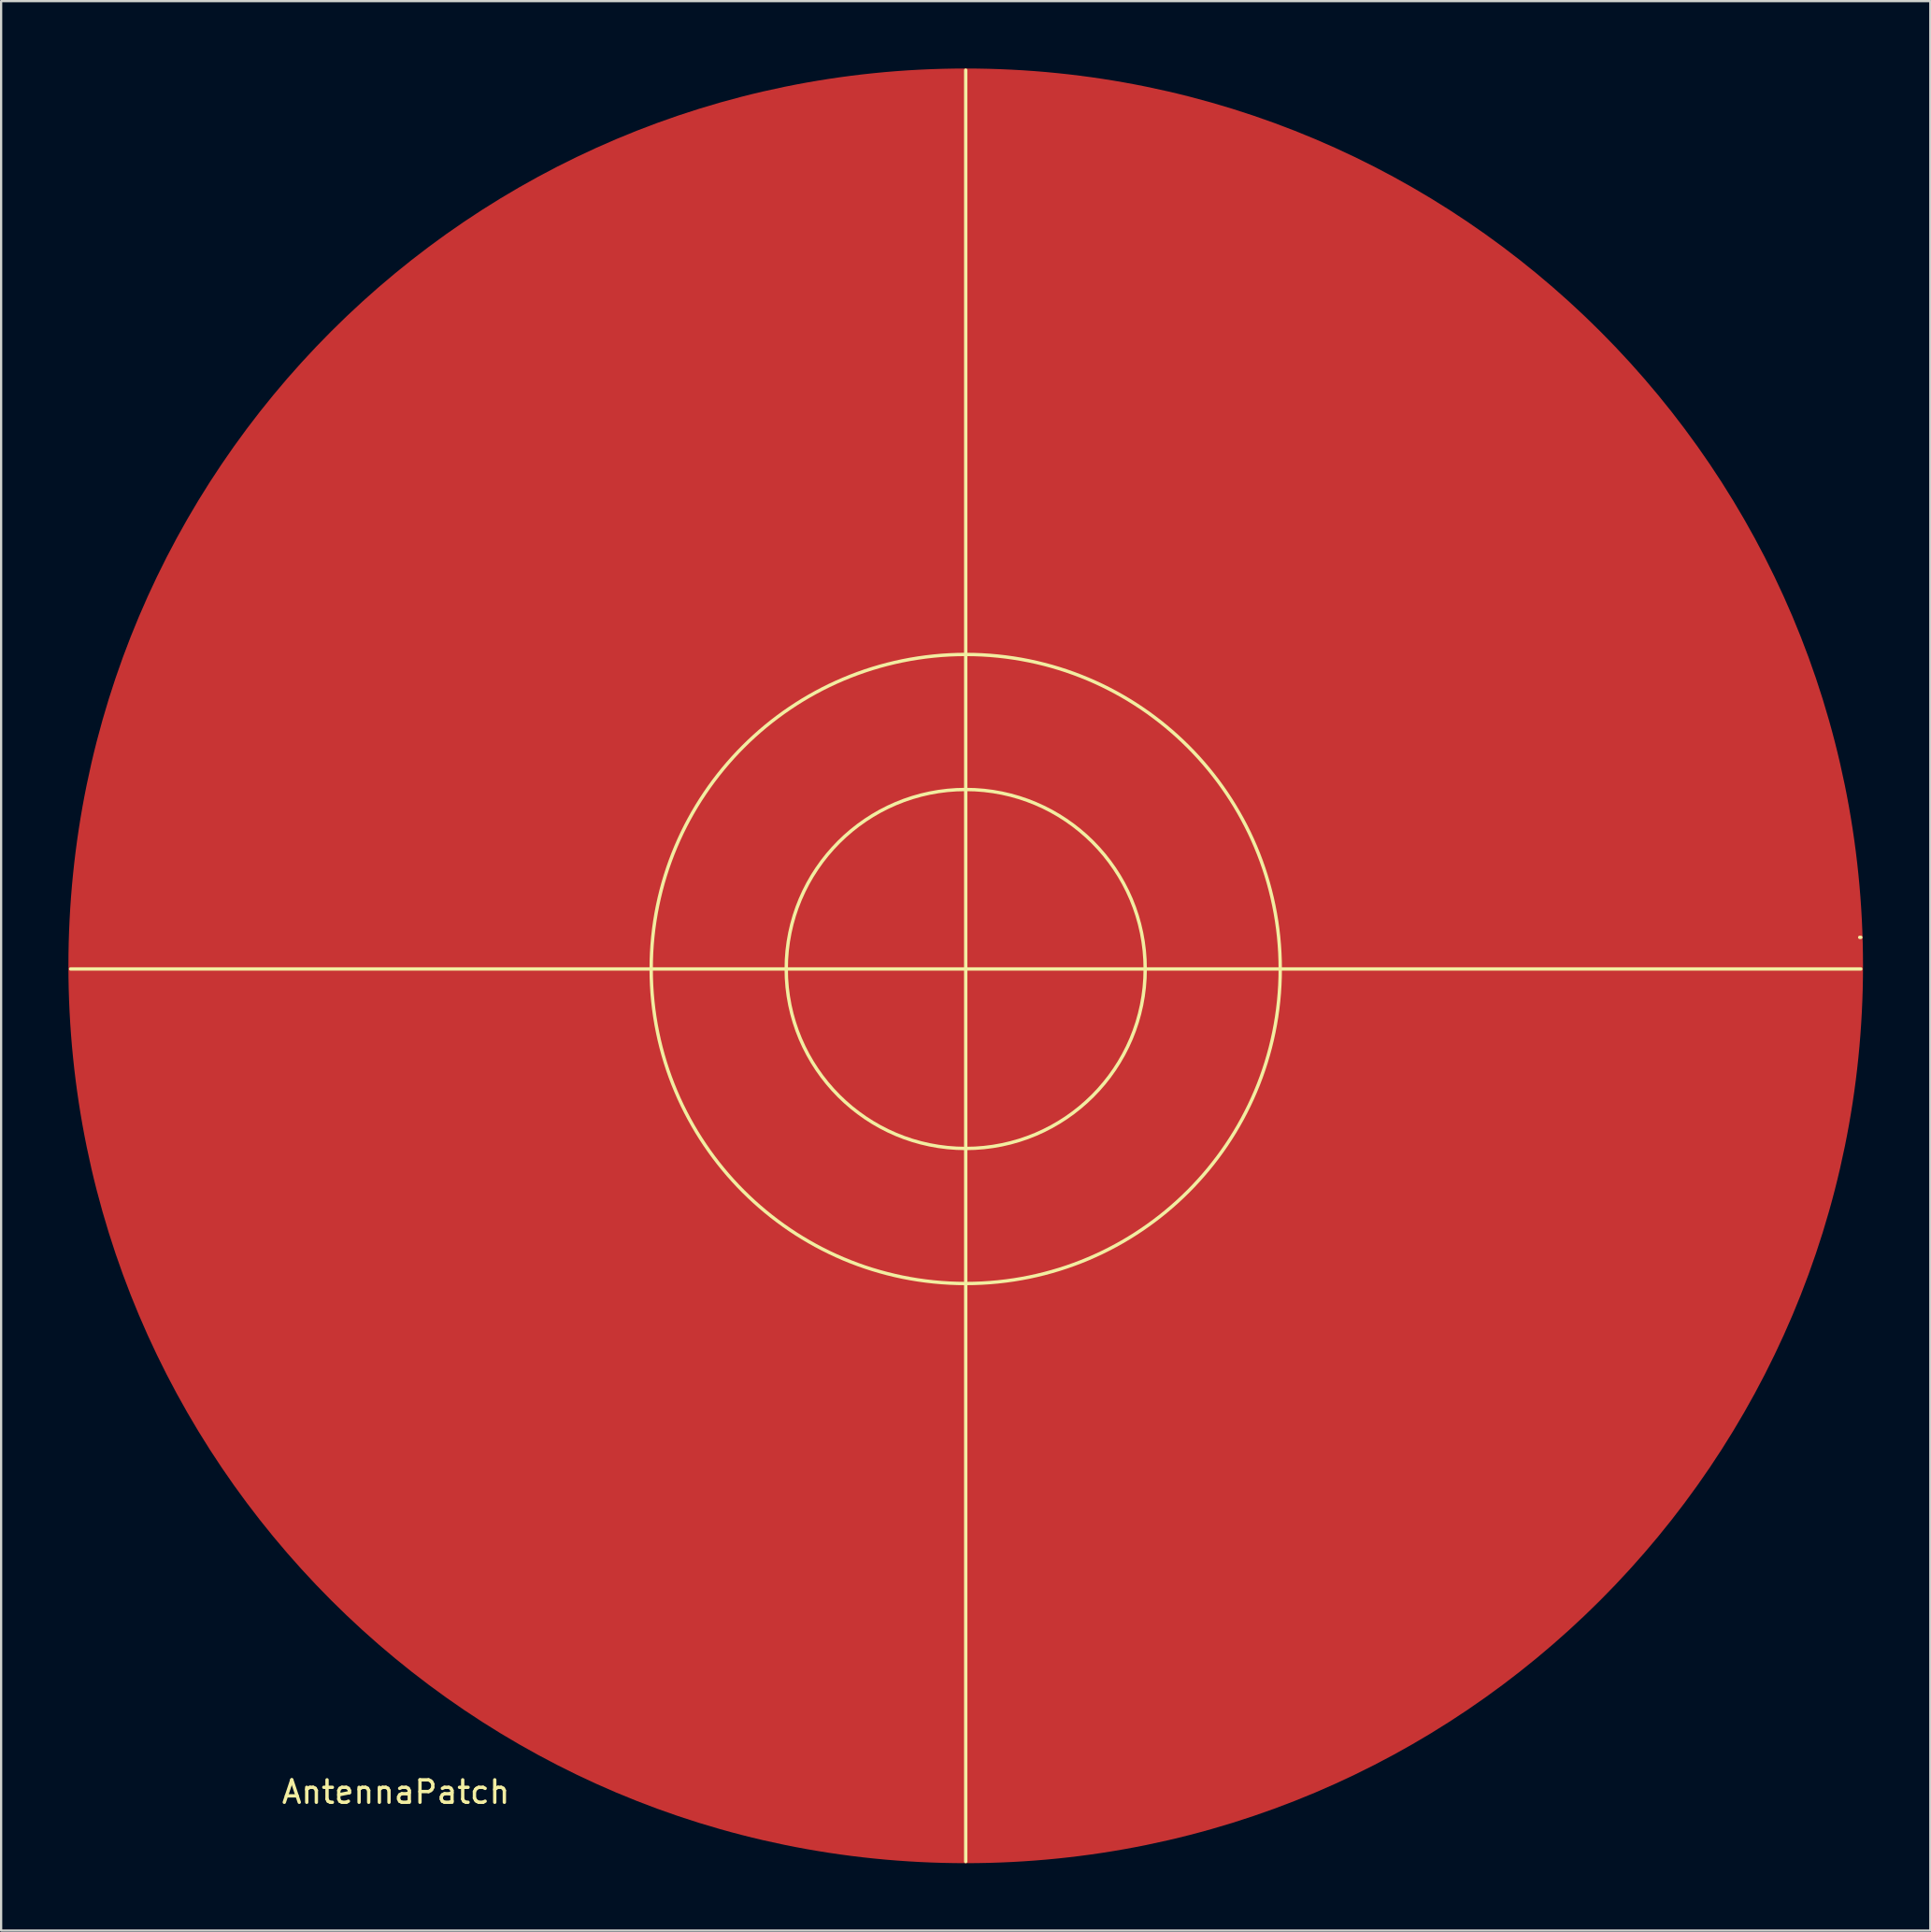
<source format=kicad_pcb>
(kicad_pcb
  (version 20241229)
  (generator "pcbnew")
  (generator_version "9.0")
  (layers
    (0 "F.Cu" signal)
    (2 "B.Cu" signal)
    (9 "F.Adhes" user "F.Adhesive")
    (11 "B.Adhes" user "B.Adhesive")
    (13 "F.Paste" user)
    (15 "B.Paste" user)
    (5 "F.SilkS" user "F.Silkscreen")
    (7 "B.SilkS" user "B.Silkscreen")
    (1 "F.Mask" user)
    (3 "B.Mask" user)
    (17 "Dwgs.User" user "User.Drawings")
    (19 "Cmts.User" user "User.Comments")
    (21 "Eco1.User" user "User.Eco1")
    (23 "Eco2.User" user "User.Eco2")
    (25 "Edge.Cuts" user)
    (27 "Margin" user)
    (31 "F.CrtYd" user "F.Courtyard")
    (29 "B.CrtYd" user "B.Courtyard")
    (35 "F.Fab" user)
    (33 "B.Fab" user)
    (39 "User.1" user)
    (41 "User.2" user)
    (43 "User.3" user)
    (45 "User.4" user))
  (footprint "AntennaPatch"
    (layer "F.Cu")
    (at 40 38.734)
    (property "Reference" "AntennaPatch" (at -25.4 38.1 0) (layer "F.SilkS") (effects (font (size 1 1) (thickness 0.15))))
    (attr through_hole)
    (fp_line (start -39.903 1.41) (end 39.903 1.41) (stroke (width 0.15) (type solid)) (layer "F.SilkS"))
    (fp_line (start 0 41.199) (end 0 -38.659) (stroke (width 0.15) (type solid)) (layer "F.SilkS"))
    (fp_line (start 39.903 0) (end 39.853 0) (stroke (width 0.15) (type solid)) (layer "F.SilkS"))
    (fp_circle (center 0 1.41) (end 8.001 1.385) (stroke (width 0.15) (type solid)) (fill no) (layer "F.SilkS"))
    (fp_circle (center 0 1.41) (end 14.021 1.385) (stroke (width 0.15) (type solid)) (fill no) (layer "F.SilkS"))
    (pad "1" smd circle (at 0 1.27) (size 80 80) (layers "F.Cu" "F.Mask" "F.Paste")))
  (gr_rect
    (start -3 -3)
    (end 83 83.008)
    (stroke (width 0.1) (type default))
    (fill no)
    (layer "Edge.Cuts")))
</source>
